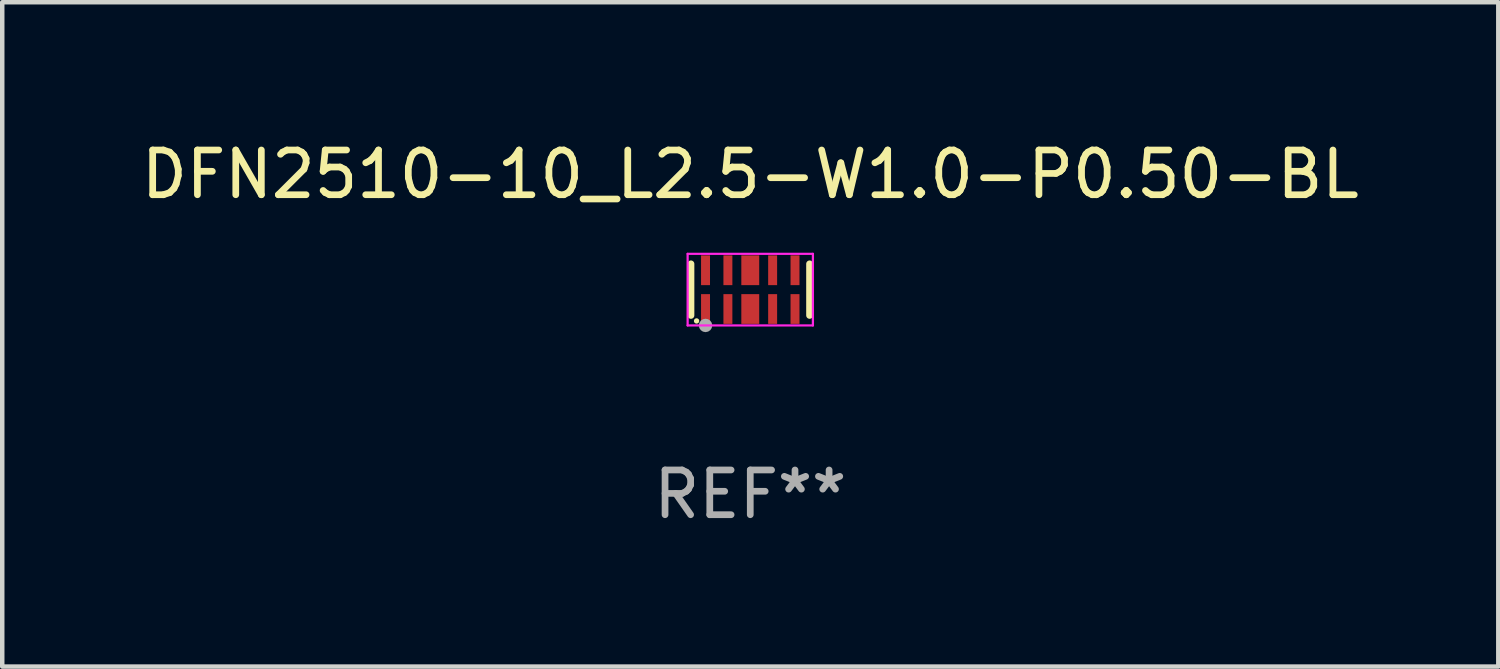
<source format=kicad_pcb>
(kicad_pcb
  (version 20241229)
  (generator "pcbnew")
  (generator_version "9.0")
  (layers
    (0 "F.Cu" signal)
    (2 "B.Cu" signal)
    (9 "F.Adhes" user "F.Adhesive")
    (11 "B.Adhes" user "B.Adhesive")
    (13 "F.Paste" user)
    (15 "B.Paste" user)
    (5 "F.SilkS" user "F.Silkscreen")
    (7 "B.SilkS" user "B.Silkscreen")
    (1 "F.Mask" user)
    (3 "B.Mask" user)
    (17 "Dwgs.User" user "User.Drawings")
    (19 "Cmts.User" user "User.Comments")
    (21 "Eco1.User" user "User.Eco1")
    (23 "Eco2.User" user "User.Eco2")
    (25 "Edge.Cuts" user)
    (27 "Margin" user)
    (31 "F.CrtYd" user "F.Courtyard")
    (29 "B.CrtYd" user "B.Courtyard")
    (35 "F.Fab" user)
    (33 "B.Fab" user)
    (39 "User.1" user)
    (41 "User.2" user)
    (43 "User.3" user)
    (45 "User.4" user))
  (footprint "DFN2510-10_L2.5-W1.0-P0.50-BL"
    (layer "F.Cu")
    (at 13.72 3.424)
    (property "Reference" "DFN2510-10_L2.5-W1.0-P0.50-BL" (at 0 -2.576 0) (layer "F.SilkS") (effects (font (size 1 1) (thickness 0.15))))
    (attr smd)
    (fp_line (start -1.326 0.576) (end -1.326 -0.576) (stroke (width 0.152) (type solid)) (layer "F.SilkS"))
    (fp_line (start 1.326 0.576) (end 1.326 -0.576) (stroke (width 0.152) (type solid)) (layer "F.SilkS"))
    (fp_circle (center -1.2 0.7) (end -1.17 0.7) (stroke (width 0.06) (type solid)) (fill no) (layer "F.SilkS"))
    (fp_line (start -1.4 -0.8) (end 1.4 -0.8) (stroke (width 0.05) (type default)) (layer "F.CrtYd"))
    (fp_line (start -1.4 0.8) (end -1.4 -0.8) (stroke (width 0.05) (type default)) (layer "F.CrtYd"))
    (fp_line (start 1.4 -0.8) (end 1.4 0.8) (stroke (width 0.05) (type default)) (layer "F.CrtYd"))
    (fp_line (start 1.4 0.8) (end -1.4 0.8) (stroke (width 0.05) (type default)) (layer "F.CrtYd"))
    (fp_circle (center -1 0.8) (end -0.925 0.8) (stroke (width 0.15) (type solid)) (fill no) (layer "F.Fab"))
    (fp_text user "REF**" (at 0 4.576 0) (layer "F.Fab") (effects (font (size 1 1) (thickness 0.15))))
    (pad "1" smd rect (at -1 0.433) (size 0.2 0.665) (layers "F.Cu" "F.Mask" "F.Paste"))
    (pad "2" smd rect (at -0.5 0.433) (size 0.2 0.665) (layers "F.Cu" "F.Mask" "F.Paste"))
    (pad "3" smd rect (at 0 0.433) (size 0.4 0.665) (layers "F.Cu" "F.Mask" "F.Paste"))
    (pad "4" smd rect (at 0.5 0.433) (size 0.2 0.665) (layers "F.Cu" "F.Mask" "F.Paste"))
    (pad "5" smd rect (at 1 0.433) (size 0.2 0.665) (layers "F.Cu" "F.Mask" "F.Paste"))
    (pad "6" smd rect (at 1 -0.433) (size 0.2 0.665) (layers "F.Cu" "F.Mask" "F.Paste"))
    (pad "7" smd rect (at 0.5 -0.433) (size 0.2 0.665) (layers "F.Cu" "F.Mask" "F.Paste"))
    (pad "8" smd rect (at 0 -0.433) (size 0.4 0.665) (layers "F.Cu" "F.Mask" "F.Paste"))
    (pad "9" smd rect (at -0.5 -0.433) (size 0.2 0.665) (layers "F.Cu" "F.Mask" "F.Paste"))
    (pad "10" smd rect (at -1 -0.433) (size 0.2 0.665) (layers "F.Cu" "F.Mask" "F.Paste")))
  (gr_rect
    (start -3 -3)
    (end 30.44 11.849)
    (stroke (width 0.1) (type default))
    (fill no)
    (layer "Edge.Cuts")))
</source>
